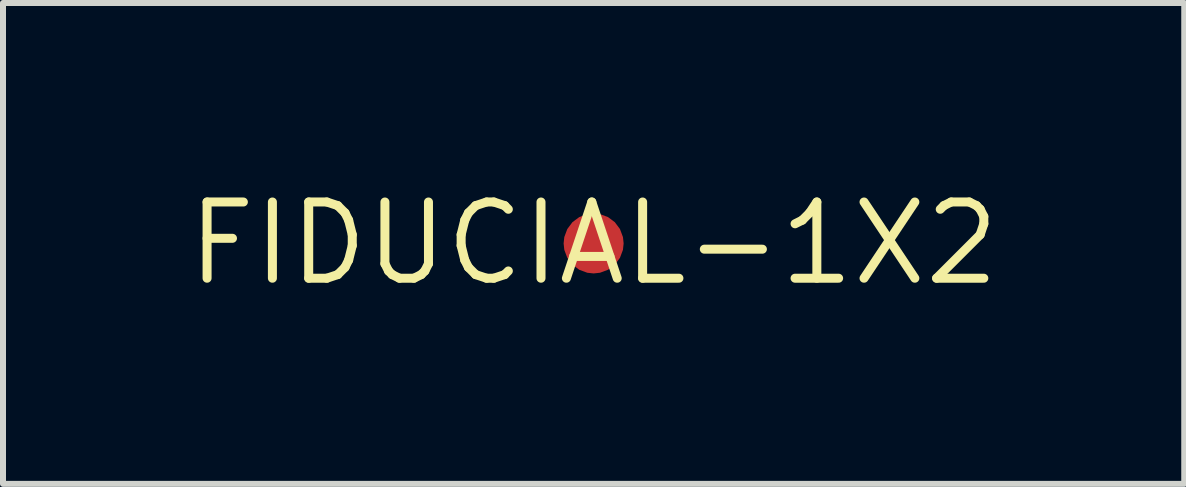
<source format=kicad_pcb>
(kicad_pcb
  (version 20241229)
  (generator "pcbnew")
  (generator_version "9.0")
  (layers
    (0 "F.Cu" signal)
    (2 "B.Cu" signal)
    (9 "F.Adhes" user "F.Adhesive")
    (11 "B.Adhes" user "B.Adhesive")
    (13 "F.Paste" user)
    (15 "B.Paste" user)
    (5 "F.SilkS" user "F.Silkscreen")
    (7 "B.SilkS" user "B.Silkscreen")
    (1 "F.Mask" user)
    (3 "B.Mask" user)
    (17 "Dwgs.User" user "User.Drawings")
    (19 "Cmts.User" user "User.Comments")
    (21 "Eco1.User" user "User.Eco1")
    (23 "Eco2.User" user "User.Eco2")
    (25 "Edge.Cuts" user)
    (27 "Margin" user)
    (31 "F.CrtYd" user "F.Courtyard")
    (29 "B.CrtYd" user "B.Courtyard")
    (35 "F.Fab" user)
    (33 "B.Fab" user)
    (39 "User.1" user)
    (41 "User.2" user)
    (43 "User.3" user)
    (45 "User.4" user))
  (footprint "FIDUCIAL-1X2"
    (layer "F.Cu")
    (at 6.841 1.006)
    (property "Reference" "FIDUCIAL-1X2" (at 0 0 0) (unlocked yes) (layer "F.SilkS") (effects (font (size 1.27 1.27) (thickness 0.15))))
    (pad "1" smd roundrect (at 0 0) (size 1 1) (layers "F.Cu" "F.Mask") (roundrect_rratio 0.5)))
  (gr_rect
    (start -3 -3)
    (end 16.682 5.012)
    (stroke (width 0.1) (type default))
    (fill no)
    (layer "Edge.Cuts")))
</source>
